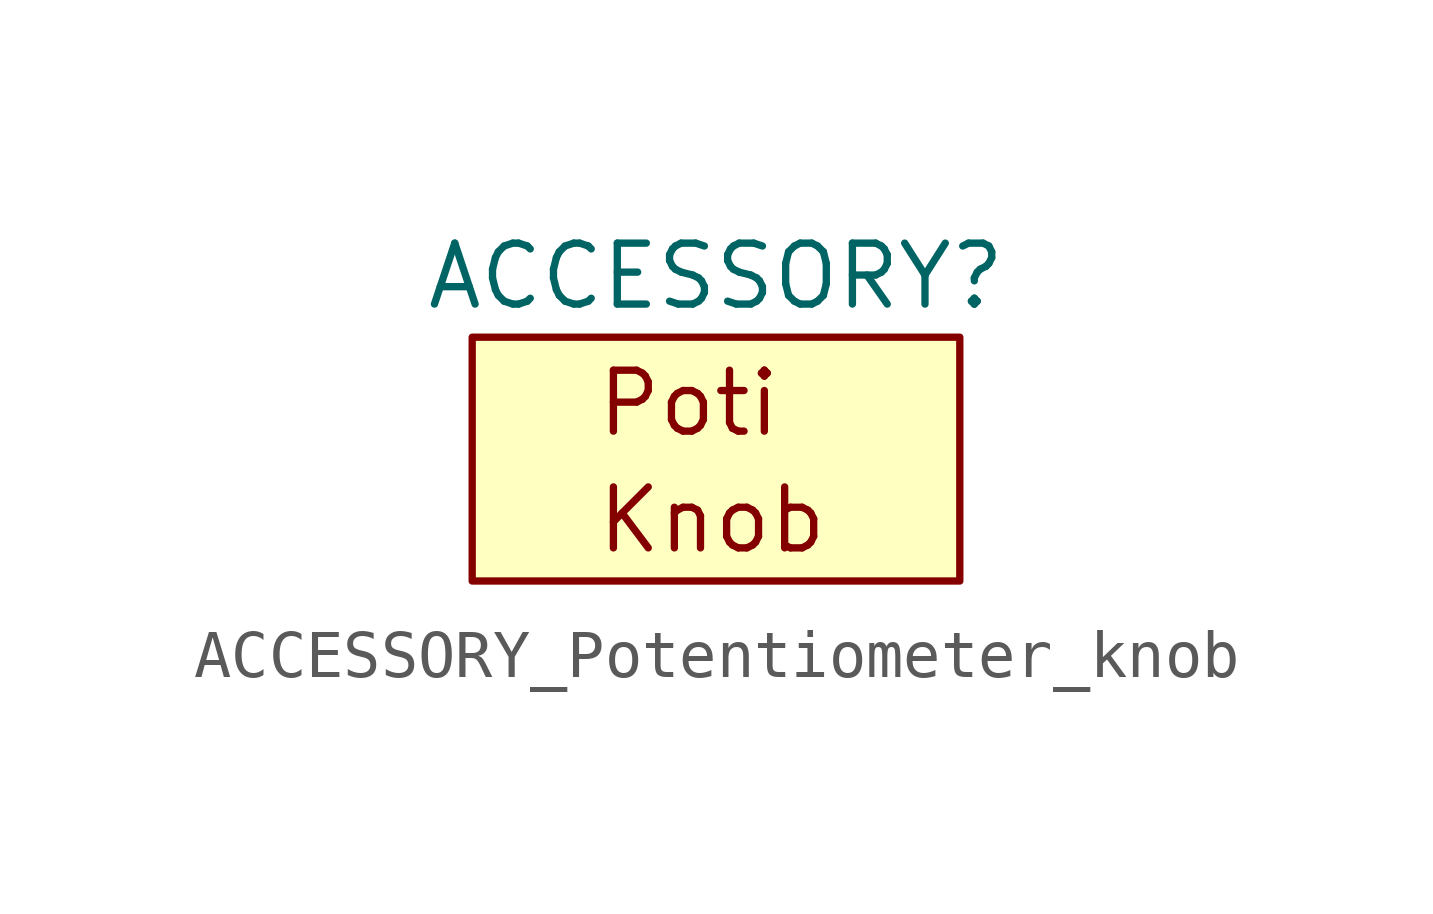
<source format=kicad_sym>
(kicad_symbol_lib
  (version 20220914)
  (generator kicad_symbol_editor)
  (symbol "ACCESSORY_Potentiometer_knob"
    (property "Reference" "ACCESSORY"
      (at 0 3.81 0)
      (effects (font (size 1.27 1.27))))
    (symbol "ACCESSORY_Potentiometer_knob_0_1"
      (rectangle (start -5.08 2.54) (end 5.08 -2.54) (stroke (width 0) (type default)) (fill (type background))))
    (symbol "ACCESSORY_Potentiometer_knob_1_0"
      (text "Knob" (at -2.54 -1.27 0) (effects (font (size 1.27 1.27)) (justify left)))
      (text "Poti" (at -2.54 1.905 0) (effects (font (size 1.27 1.27)) (justify left top))))))
</source>
